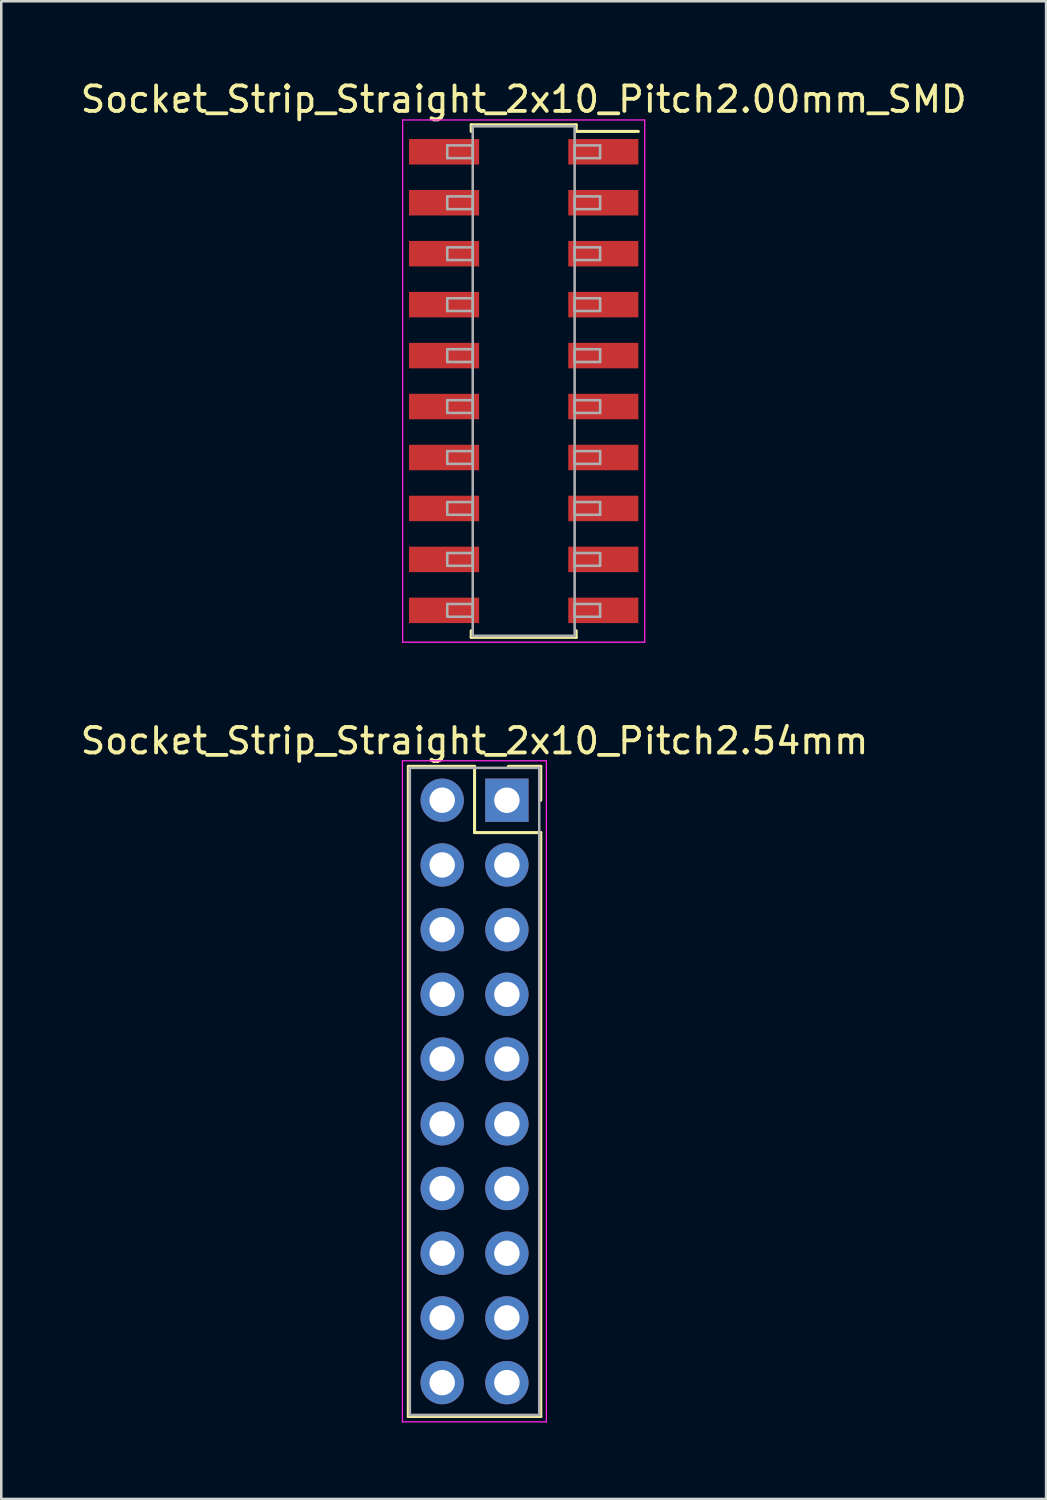
<source format=kicad_pcb>
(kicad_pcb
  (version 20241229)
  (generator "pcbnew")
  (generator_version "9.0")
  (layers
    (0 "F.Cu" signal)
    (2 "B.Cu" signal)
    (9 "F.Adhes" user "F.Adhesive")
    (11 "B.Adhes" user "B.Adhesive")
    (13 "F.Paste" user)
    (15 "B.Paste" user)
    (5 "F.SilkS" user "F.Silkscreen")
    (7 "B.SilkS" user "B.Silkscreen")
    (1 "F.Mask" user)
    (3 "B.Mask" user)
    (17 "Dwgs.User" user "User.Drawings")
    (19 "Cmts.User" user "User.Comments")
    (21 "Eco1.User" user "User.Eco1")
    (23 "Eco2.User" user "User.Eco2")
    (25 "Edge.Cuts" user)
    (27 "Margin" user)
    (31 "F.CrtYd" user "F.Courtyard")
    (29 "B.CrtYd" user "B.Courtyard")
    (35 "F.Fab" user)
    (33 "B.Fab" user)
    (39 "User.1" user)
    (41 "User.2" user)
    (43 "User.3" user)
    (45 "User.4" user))
  (footprint "Socket_Strip_Straight_2x10_Pitch2.54mm"
    (layer "F.Cu")
    (at 16.847 28.361)
    (property "Reference" "Socket_Strip_Straight_2x10_Pitch2.54mm" (at -1.27 -2.33 0) (layer "F.SilkS") (effects (font (size 1 1) (thickness 0.15))))
    (attr through_hole)
    (fp_line (start -3.87 -1.33) (end -1.27 -1.33) (stroke (width 0.12) (type solid)) (layer "F.SilkS"))
    (fp_line (start -3.87 24.19) (end -3.87 -1.33) (stroke (width 0.12) (type solid)) (layer "F.SilkS"))
    (fp_line (start -1.27 -1.33) (end -1.27 1.27) (stroke (width 0.12) (type solid)) (layer "F.SilkS"))
    (fp_line (start -1.27 1.27) (end 1.33 1.27) (stroke (width 0.12) (type solid)) (layer "F.SilkS"))
    (fp_line (start 1.33 -1.33) (end 0.06 -1.33) (stroke (width 0.12) (type solid)) (layer "F.SilkS"))
    (fp_line (start 1.33 0) (end 1.33 -1.33) (stroke (width 0.12) (type solid)) (layer "F.SilkS"))
    (fp_line (start 1.33 1.27) (end 1.33 24.19) (stroke (width 0.12) (type solid)) (layer "F.SilkS"))
    (fp_line (start 1.33 24.19) (end -3.87 24.19) (stroke (width 0.12) (type solid)) (layer "F.SilkS"))
    (fp_line (start -4.1 -1.55) (end -4.1 24.4) (stroke (width 0.05) (type solid)) (layer "F.CrtYd"))
    (fp_line (start -4.1 24.4) (end 1.55 24.4) (stroke (width 0.05) (type solid)) (layer "F.CrtYd"))
    (fp_line (start 1.55 -1.55) (end -4.1 -1.55) (stroke (width 0.05) (type solid)) (layer "F.CrtYd"))
    (fp_line (start 1.55 24.4) (end 1.55 -1.55) (stroke (width 0.05) (type solid)) (layer "F.CrtYd"))
    (fp_line (start -3.81 -1.27) (end -3.81 24.13) (stroke (width 0.1) (type solid)) (layer "F.Fab"))
    (fp_line (start -3.81 24.13) (end 1.27 24.13) (stroke (width 0.1) (type solid)) (layer "F.Fab"))
    (fp_line (start 1.27 -1.27) (end -3.81 -1.27) (stroke (width 0.1) (type solid)) (layer "F.Fab"))
    (fp_line (start 1.27 24.13) (end 1.27 -1.27) (stroke (width 0.1) (type solid)) (layer "F.Fab"))
    (pad "1" thru_hole rect (at 0 0) (size 1.7 1.7) (drill 1) (layers "*.Cu" "*.Mask"))
    (pad "2" thru_hole oval (at -2.54 0) (size 1.7 1.7) (drill 1) (layers "*.Cu" "*.Mask"))
    (pad "3" thru_hole oval (at 0 2.54) (size 1.7 1.7) (drill 1) (layers "*.Cu" "*.Mask"))
    (pad "4" thru_hole oval (at -2.54 2.54) (size 1.7 1.7) (drill 1) (layers "*.Cu" "*.Mask"))
    (pad "5" thru_hole oval (at 0 5.08) (size 1.7 1.7) (drill 1) (layers "*.Cu" "*.Mask"))
    (pad "6" thru_hole oval (at -2.54 5.08) (size 1.7 1.7) (drill 1) (layers "*.Cu" "*.Mask"))
    (pad "7" thru_hole oval (at 0 7.62) (size 1.7 1.7) (drill 1) (layers "*.Cu" "*.Mask"))
    (pad "8" thru_hole oval (at -2.54 7.62) (size 1.7 1.7) (drill 1) (layers "*.Cu" "*.Mask"))
    (pad "9" thru_hole oval (at 0 10.16) (size 1.7 1.7) (drill 1) (layers "*.Cu" "*.Mask"))
    (pad "10" thru_hole oval (at -2.54 10.16) (size 1.7 1.7) (drill 1) (layers "*.Cu" "*.Mask"))
    (pad "11" thru_hole oval (at 0 12.7) (size 1.7 1.7) (drill 1) (layers "*.Cu" "*.Mask"))
    (pad "12" thru_hole oval (at -2.54 12.7) (size 1.7 1.7) (drill 1) (layers "*.Cu" "*.Mask"))
    (pad "13" thru_hole oval (at 0 15.24) (size 1.7 1.7) (drill 1) (layers "*.Cu" "*.Mask"))
    (pad "14" thru_hole oval (at -2.54 15.24) (size 1.7 1.7) (drill 1) (layers "*.Cu" "*.Mask"))
    (pad "15" thru_hole oval (at 0 17.78) (size 1.7 1.7) (drill 1) (layers "*.Cu" "*.Mask"))
    (pad "16" thru_hole oval (at -2.54 17.78) (size 1.7 1.7) (drill 1) (layers "*.Cu" "*.Mask"))
    (pad "17" thru_hole oval (at 0 20.32) (size 1.7 1.7) (drill 1) (layers "*.Cu" "*.Mask"))
    (pad "18" thru_hole oval (at -2.54 20.32) (size 1.7 1.7) (drill 1) (layers "*.Cu" "*.Mask"))
    (pad "19" thru_hole oval (at 0 22.86) (size 1.7 1.7) (drill 1) (layers "*.Cu" "*.Mask"))
    (pad "20" thru_hole oval (at -2.54 22.86) (size 1.7 1.7) (drill 1) (layers "*.Cu" "*.Mask")))
  (footprint "Socket_Strip_Straight_2x10_Pitch2.00mm_SMD"
    (layer "F.Cu")
    (at 17.506 11.908)
    (property "Reference" "Socket_Strip_Straight_2x10_Pitch2.00mm_SMD" (at 0 -11.06 0) (layer "F.SilkS") (effects (font (size 1 1) (thickness 0.15))))
    (attr smd)
    (fp_line (start -2.06 -10.06) (end 2.06 -10.06) (stroke (width 0.12) (type solid)) (layer "F.SilkS"))
    (fp_line (start -2.06 -9.8) (end -2.06 -10.06) (stroke (width 0.12) (type solid)) (layer "F.SilkS"))
    (fp_line (start -2.06 9.8) (end -2.06 10.06) (stroke (width 0.12) (type solid)) (layer "F.SilkS"))
    (fp_line (start -2.06 10.06) (end 2.06 10.06) (stroke (width 0.12) (type solid)) (layer "F.SilkS"))
    (fp_line (start 2.06 -10.06) (end 2.06 -9.8) (stroke (width 0.12) (type solid)) (layer "F.SilkS"))
    (fp_line (start 2.06 10.06) (end 2.06 9.8) (stroke (width 0.12) (type solid)) (layer "F.SilkS"))
    (fp_line (start 4.5 -9.8) (end 2.06 -9.8) (stroke (width 0.12) (type solid)) (layer "F.SilkS"))
    (fp_line (start -4.75 -10.25) (end -4.75 10.25) (stroke (width 0.05) (type solid)) (layer "F.CrtYd"))
    (fp_line (start -4.75 10.25) (end 4.75 10.25) (stroke (width 0.05) (type solid)) (layer "F.CrtYd"))
    (fp_line (start 4.75 -10.25) (end -4.75 -10.25) (stroke (width 0.05) (type solid)) (layer "F.CrtYd"))
    (fp_line (start 4.75 10.25) (end 4.75 -10.25) (stroke (width 0.05) (type solid)) (layer "F.CrtYd"))
    (fp_line (start -3 -9.25) (end -2 -9.25) (stroke (width 0.1) (type solid)) (layer "F.Fab"))
    (fp_line (start -3 -8.75) (end -3 -9.25) (stroke (width 0.1) (type solid)) (layer "F.Fab"))
    (fp_line (start -3 -7.25) (end -2 -7.25) (stroke (width 0.1) (type solid)) (layer "F.Fab"))
    (fp_line (start -3 -6.75) (end -3 -7.25) (stroke (width 0.1) (type solid)) (layer "F.Fab"))
    (fp_line (start -3 -5.25) (end -2 -5.25) (stroke (width 0.1) (type solid)) (layer "F.Fab"))
    (fp_line (start -3 -4.75) (end -3 -5.25) (stroke (width 0.1) (type solid)) (layer "F.Fab"))
    (fp_line (start -3 -3.25) (end -2 -3.25) (stroke (width 0.1) (type solid)) (layer "F.Fab"))
    (fp_line (start -3 -2.75) (end -3 -3.25) (stroke (width 0.1) (type solid)) (layer "F.Fab"))
    (fp_line (start -3 -1.25) (end -2 -1.25) (stroke (width 0.1) (type solid)) (layer "F.Fab"))
    (fp_line (start -3 -0.75) (end -3 -1.25) (stroke (width 0.1) (type solid)) (layer "F.Fab"))
    (fp_line (start -3 0.75) (end -2 0.75) (stroke (width 0.1) (type solid)) (layer "F.Fab"))
    (fp_line (start -3 1.25) (end -3 0.75) (stroke (width 0.1) (type solid)) (layer "F.Fab"))
    (fp_line (start -3 2.75) (end -2 2.75) (stroke (width 0.1) (type solid)) (layer "F.Fab"))
    (fp_line (start -3 3.25) (end -3 2.75) (stroke (width 0.1) (type solid)) (layer "F.Fab"))
    (fp_line (start -3 4.75) (end -2 4.75) (stroke (width 0.1) (type solid)) (layer "F.Fab"))
    (fp_line (start -3 5.25) (end -3 4.75) (stroke (width 0.1) (type solid)) (layer "F.Fab"))
    (fp_line (start -3 6.75) (end -2 6.75) (stroke (width 0.1) (type solid)) (layer "F.Fab"))
    (fp_line (start -3 7.25) (end -3 6.75) (stroke (width 0.1) (type solid)) (layer "F.Fab"))
    (fp_line (start -3 8.75) (end -2 8.75) (stroke (width 0.1) (type solid)) (layer "F.Fab"))
    (fp_line (start -3 9.25) (end -3 8.75) (stroke (width 0.1) (type solid)) (layer "F.Fab"))
    (fp_line (start -2 -10) (end -2 10) (stroke (width 0.1) (type solid)) (layer "F.Fab"))
    (fp_line (start -2 -9.25) (end -2 -8.75) (stroke (width 0.1) (type solid)) (layer "F.Fab"))
    (fp_line (start -2 -8.75) (end -3 -8.75) (stroke (width 0.1) (type solid)) (layer "F.Fab"))
    (fp_line (start -2 -7.25) (end -2 -6.75) (stroke (width 0.1) (type solid)) (layer "F.Fab"))
    (fp_line (start -2 -6.75) (end -3 -6.75) (stroke (width 0.1) (type solid)) (layer "F.Fab"))
    (fp_line (start -2 -5.25) (end -2 -4.75) (stroke (width 0.1) (type solid)) (layer "F.Fab"))
    (fp_line (start -2 -4.75) (end -3 -4.75) (stroke (width 0.1) (type solid)) (layer "F.Fab"))
    (fp_line (start -2 -3.25) (end -2 -2.75) (stroke (width 0.1) (type solid)) (layer "F.Fab"))
    (fp_line (start -2 -2.75) (end -3 -2.75) (stroke (width 0.1) (type solid)) (layer "F.Fab"))
    (fp_line (start -2 -1.25) (end -2 -0.75) (stroke (width 0.1) (type solid)) (layer "F.Fab"))
    (fp_line (start -2 -0.75) (end -3 -0.75) (stroke (width 0.1) (type solid)) (layer "F.Fab"))
    (fp_line (start -2 0.75) (end -2 1.25) (stroke (width 0.1) (type solid)) (layer "F.Fab"))
    (fp_line (start -2 1.25) (end -3 1.25) (stroke (width 0.1) (type solid)) (layer "F.Fab"))
    (fp_line (start -2 2.75) (end -2 3.25) (stroke (width 0.1) (type solid)) (layer "F.Fab"))
    (fp_line (start -2 3.25) (end -3 3.25) (stroke (width 0.1) (type solid)) (layer "F.Fab"))
    (fp_line (start -2 4.75) (end -2 5.25) (stroke (width 0.1) (type solid)) (layer "F.Fab"))
    (fp_line (start -2 5.25) (end -3 5.25) (stroke (width 0.1) (type solid)) (layer "F.Fab"))
    (fp_line (start -2 6.75) (end -2 7.25) (stroke (width 0.1) (type solid)) (layer "F.Fab"))
    (fp_line (start -2 7.25) (end -3 7.25) (stroke (width 0.1) (type solid)) (layer "F.Fab"))
    (fp_line (start -2 8.75) (end -2 9.25) (stroke (width 0.1) (type solid)) (layer "F.Fab"))
    (fp_line (start -2 9.25) (end -3 9.25) (stroke (width 0.1) (type solid)) (layer "F.Fab"))
    (fp_line (start -2 10) (end 2 10) (stroke (width 0.1) (type solid)) (layer "F.Fab"))
    (fp_line (start 2 -10) (end -2 -10) (stroke (width 0.1) (type solid)) (layer "F.Fab"))
    (fp_line (start 2 -9.25) (end 2 -8.75) (stroke (width 0.1) (type solid)) (layer "F.Fab"))
    (fp_line (start 2 -8.75) (end 3 -8.75) (stroke (width 0.1) (type solid)) (layer "F.Fab"))
    (fp_line (start 2 -7.25) (end 2 -6.75) (stroke (width 0.1) (type solid)) (layer "F.Fab"))
    (fp_line (start 2 -6.75) (end 3 -6.75) (stroke (width 0.1) (type solid)) (layer "F.Fab"))
    (fp_line (start 2 -5.25) (end 2 -4.75) (stroke (width 0.1) (type solid)) (layer "F.Fab"))
    (fp_line (start 2 -4.75) (end 3 -4.75) (stroke (width 0.1) (type solid)) (layer "F.Fab"))
    (fp_line (start 2 -3.25) (end 2 -2.75) (stroke (width 0.1) (type solid)) (layer "F.Fab"))
    (fp_line (start 2 -2.75) (end 3 -2.75) (stroke (width 0.1) (type solid)) (layer "F.Fab"))
    (fp_line (start 2 -1.25) (end 2 -0.75) (stroke (width 0.1) (type solid)) (layer "F.Fab"))
    (fp_line (start 2 -0.75) (end 3 -0.75) (stroke (width 0.1) (type solid)) (layer "F.Fab"))
    (fp_line (start 2 0.75) (end 2 1.25) (stroke (width 0.1) (type solid)) (layer "F.Fab"))
    (fp_line (start 2 1.25) (end 3 1.25) (stroke (width 0.1) (type solid)) (layer "F.Fab"))
    (fp_line (start 2 2.75) (end 2 3.25) (stroke (width 0.1) (type solid)) (layer "F.Fab"))
    (fp_line (start 2 3.25) (end 3 3.25) (stroke (width 0.1) (type solid)) (layer "F.Fab"))
    (fp_line (start 2 4.75) (end 2 5.25) (stroke (width 0.1) (type solid)) (layer "F.Fab"))
    (fp_line (start 2 5.25) (end 3 5.25) (stroke (width 0.1) (type solid)) (layer "F.Fab"))
    (fp_line (start 2 6.75) (end 2 7.25) (stroke (width 0.1) (type solid)) (layer "F.Fab"))
    (fp_line (start 2 7.25) (end 3 7.25) (stroke (width 0.1) (type solid)) (layer "F.Fab"))
    (fp_line (start 2 8.75) (end 2 9.25) (stroke (width 0.1) (type solid)) (layer "F.Fab"))
    (fp_line (start 2 9.25) (end 3 9.25) (stroke (width 0.1) (type solid)) (layer "F.Fab"))
    (fp_line (start 2 10) (end 2 -10) (stroke (width 0.1) (type solid)) (layer "F.Fab"))
    (fp_line (start 3 -9.25) (end 2 -9.25) (stroke (width 0.1) (type solid)) (layer "F.Fab"))
    (fp_line (start 3 -8.75) (end 3 -9.25) (stroke (width 0.1) (type solid)) (layer "F.Fab"))
    (fp_line (start 3 -7.25) (end 2 -7.25) (stroke (width 0.1) (type solid)) (layer "F.Fab"))
    (fp_line (start 3 -6.75) (end 3 -7.25) (stroke (width 0.1) (type solid)) (layer "F.Fab"))
    (fp_line (start 3 -5.25) (end 2 -5.25) (stroke (width 0.1) (type solid)) (layer "F.Fab"))
    (fp_line (start 3 -4.75) (end 3 -5.25) (stroke (width 0.1) (type solid)) (layer "F.Fab"))
    (fp_line (start 3 -3.25) (end 2 -3.25) (stroke (width 0.1) (type solid)) (layer "F.Fab"))
    (fp_line (start 3 -2.75) (end 3 -3.25) (stroke (width 0.1) (type solid)) (layer "F.Fab"))
    (fp_line (start 3 -1.25) (end 2 -1.25) (stroke (width 0.1) (type solid)) (layer "F.Fab"))
    (fp_line (start 3 -0.75) (end 3 -1.25) (stroke (width 0.1) (type solid)) (layer "F.Fab"))
    (fp_line (start 3 0.75) (end 2 0.75) (stroke (width 0.1) (type solid)) (layer "F.Fab"))
    (fp_line (start 3 1.25) (end 3 0.75) (stroke (width 0.1) (type solid)) (layer "F.Fab"))
    (fp_line (start 3 2.75) (end 2 2.75) (stroke (width 0.1) (type solid)) (layer "F.Fab"))
    (fp_line (start 3 3.25) (end 3 2.75) (stroke (width 0.1) (type solid)) (layer "F.Fab"))
    (fp_line (start 3 4.75) (end 2 4.75) (stroke (width 0.1) (type solid)) (layer "F.Fab"))
    (fp_line (start 3 5.25) (end 3 4.75) (stroke (width 0.1) (type solid)) (layer "F.Fab"))
    (fp_line (start 3 6.75) (end 2 6.75) (stroke (width 0.1) (type solid)) (layer "F.Fab"))
    (fp_line (start 3 7.25) (end 3 6.75) (stroke (width 0.1) (type solid)) (layer "F.Fab"))
    (fp_line (start 3 8.75) (end 2 8.75) (stroke (width 0.1) (type solid)) (layer "F.Fab"))
    (fp_line (start 3 9.25) (end 3 8.75) (stroke (width 0.1) (type solid)) (layer "F.Fab"))
    (pad "1" smd rect (at 3.125 -9) (size 2.75 1) (layers "F.Cu" "F.Mask"))
    (pad "2" smd rect (at -3.125 -9) (size 2.75 1) (layers "F.Cu" "F.Mask"))
    (pad "3" smd rect (at 3.125 -7) (size 2.75 1) (layers "F.Cu" "F.Mask"))
    (pad "4" smd rect (at -3.125 -7) (size 2.75 1) (layers "F.Cu" "F.Mask"))
    (pad "5" smd rect (at 3.125 -5) (size 2.75 1) (layers "F.Cu" "F.Mask"))
    (pad "6" smd rect (at -3.125 -5) (size 2.75 1) (layers "F.Cu" "F.Mask"))
    (pad "7" smd rect (at 3.125 -3) (size 2.75 1) (layers "F.Cu" "F.Mask"))
    (pad "8" smd rect (at -3.125 -3) (size 2.75 1) (layers "F.Cu" "F.Mask"))
    (pad "9" smd rect (at 3.125 -1) (size 2.75 1) (layers "F.Cu" "F.Mask"))
    (pad "10" smd rect (at -3.125 -1) (size 2.75 1) (layers "F.Cu" "F.Mask"))
    (pad "11" smd rect (at 3.125 1) (size 2.75 1) (layers "F.Cu" "F.Mask"))
    (pad "12" smd rect (at -3.125 1) (size 2.75 1) (layers "F.Cu" "F.Mask"))
    (pad "13" smd rect (at 3.125 3) (size 2.75 1) (layers "F.Cu" "F.Mask"))
    (pad "14" smd rect (at -3.125 3) (size 2.75 1) (layers "F.Cu" "F.Mask"))
    (pad "15" smd rect (at 3.125 5) (size 2.75 1) (layers "F.Cu" "F.Mask"))
    (pad "16" smd rect (at -3.125 5) (size 2.75 1) (layers "F.Cu" "F.Mask"))
    (pad "17" smd rect (at 3.125 7) (size 2.75 1) (layers "F.Cu" "F.Mask"))
    (pad "18" smd rect (at -3.125 7) (size 2.75 1) (layers "F.Cu" "F.Mask"))
    (pad "19" smd rect (at 3.125 9) (size 2.75 1) (layers "F.Cu" "F.Mask"))
    (pad "20" smd rect (at -3.125 9) (size 2.75 1) (layers "F.Cu" "F.Mask")))
  (gr_rect
    (start -3 -3)
    (end 38.012 55.786)
    (stroke (width 0.1) (type default))
    (fill no)
    (layer "Edge.Cuts")))
</source>
